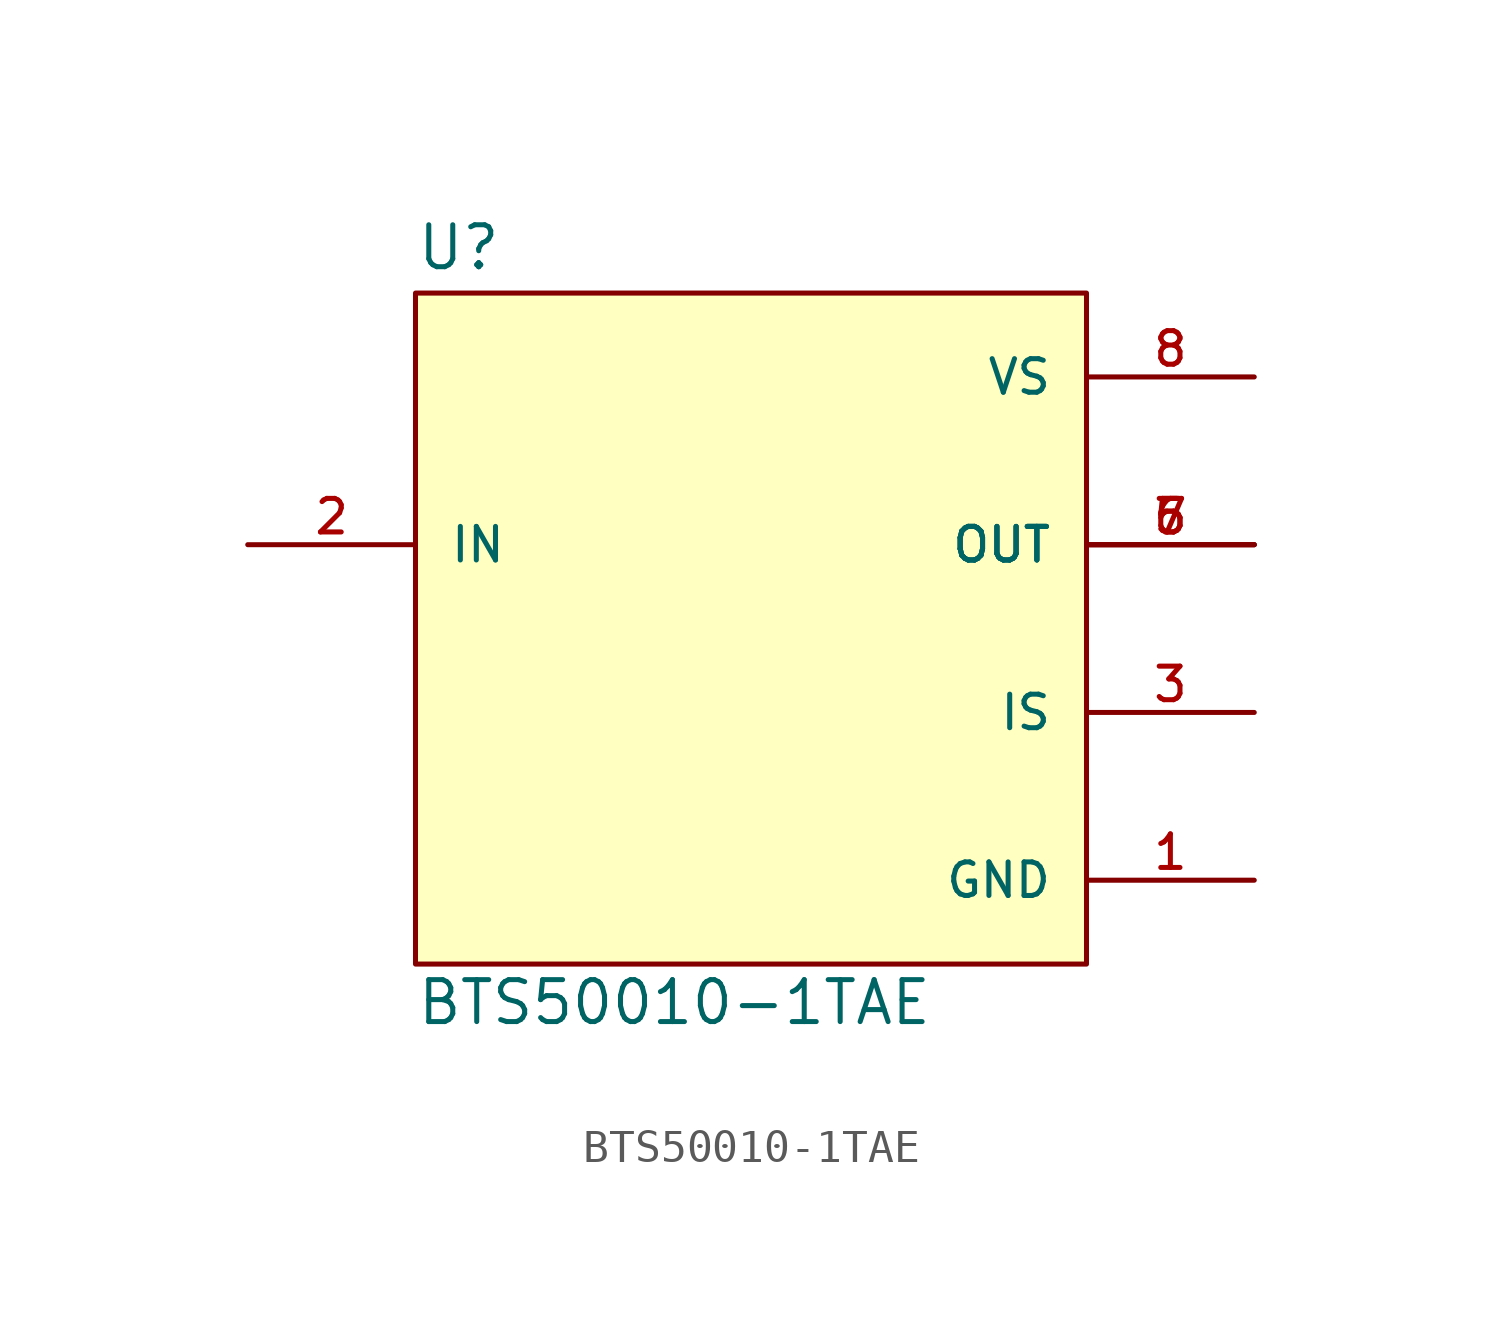
<source format=kicad_sym>
(kicad_symbol_lib
  (version 20211014)
  (generator kicad_symbol_editor)
  (symbol "BTS50010-1TAE"
    (pin_names
      (offset 1.016))
    (property "Reference" "U"
      (at -10.16 10.795 0)
      (effects (font (size 1.27 1.27)) (justify bottom left)))
    (property "Value" "BTS50010-1TAE"
      (at -10.16 -12.065 0)
      (effects (font (size 1.27 1.27)) (justify bottom left)))
    (symbol "BTS50010-1TAE_0_0"
      (rectangle (start -10.16 -10.16) (end 10.16 10.16) (stroke (width 0.152)) (fill (type background)))
      (pin power_in line (at 15.24 7.62 180.0) (length 5.08) (name "VS" (effects (font (size 1.016 1.016)))) (number "8" (effects (font (size 1.016 1.016)))))
      (pin input line (at -15.24 2.54 0) (length 5.08) (name "IN" (effects (font (size 1.016 1.016)))) (number "2" (effects (font (size 1.016 1.016)))))
      (pin output line (at 15.24 -2.54 180.0) (length 5.08) (name "IS" (effects (font (size 1.016 1.016)))) (number "3" (effects (font (size 1.016 1.016)))))
      (pin power_in line (at 15.24 -7.62 180.0) (length 5.08) (name "GND" (effects (font (size 1.016 1.016)))) (number "1" (effects (font (size 1.016 1.016)))))
      (pin output line (at 15.24 2.54 180.0) (length 5.08) (name "OUT" (effects (font (size 1.016 1.016)))) (number "5" (effects (font (size 1.016 1.016)))))
      (pin output line (at 15.24 2.54 180.0) (length 5.08) (name "OUT" (effects (font (size 1.016 1.016)))) (number "6" (effects (font (size 1.016 1.016)))))
      (pin output line (at 15.24 2.54 180.0) (length 5.08) (name "OUT" (effects (font (size 1.016 1.016)))) (number "7" (effects (font (size 1.016 1.016))))))))
</source>
